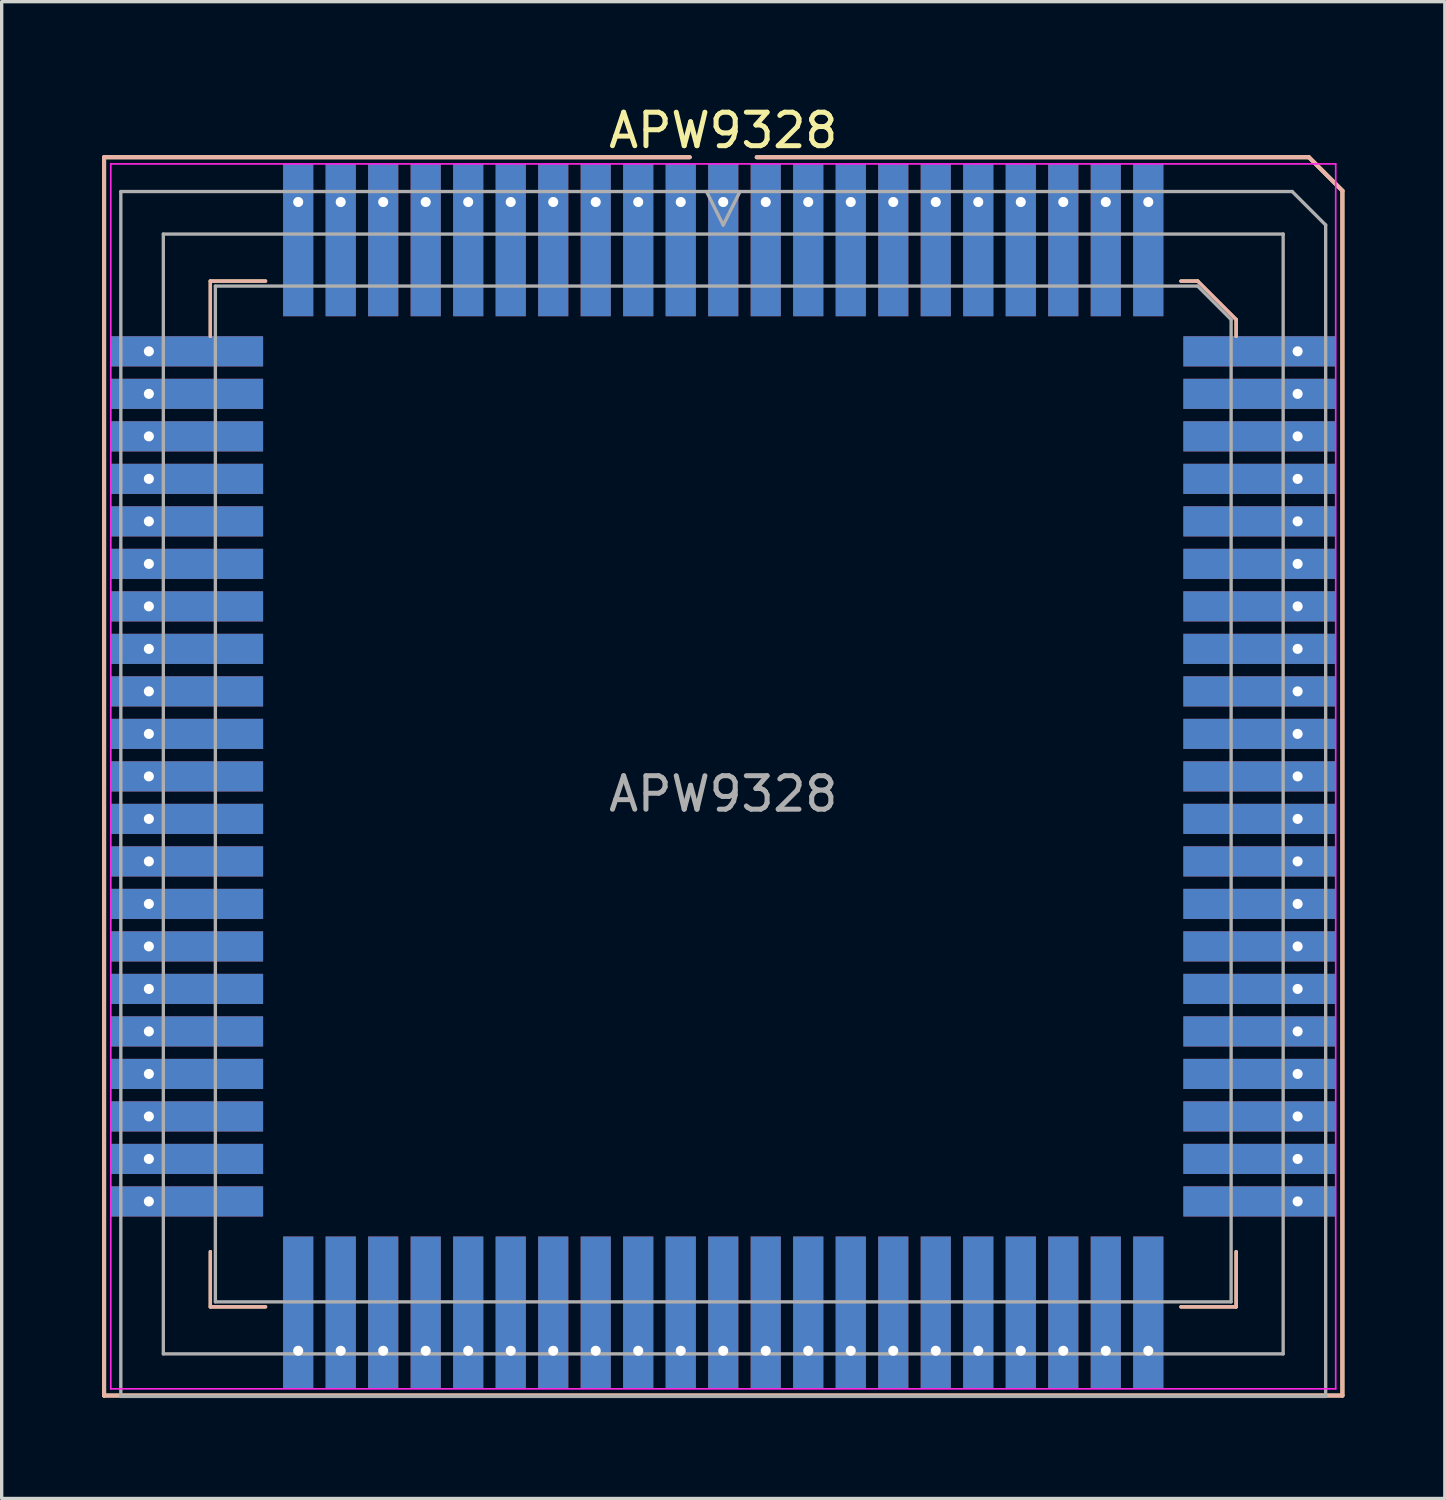
<source format=kicad_pcb>
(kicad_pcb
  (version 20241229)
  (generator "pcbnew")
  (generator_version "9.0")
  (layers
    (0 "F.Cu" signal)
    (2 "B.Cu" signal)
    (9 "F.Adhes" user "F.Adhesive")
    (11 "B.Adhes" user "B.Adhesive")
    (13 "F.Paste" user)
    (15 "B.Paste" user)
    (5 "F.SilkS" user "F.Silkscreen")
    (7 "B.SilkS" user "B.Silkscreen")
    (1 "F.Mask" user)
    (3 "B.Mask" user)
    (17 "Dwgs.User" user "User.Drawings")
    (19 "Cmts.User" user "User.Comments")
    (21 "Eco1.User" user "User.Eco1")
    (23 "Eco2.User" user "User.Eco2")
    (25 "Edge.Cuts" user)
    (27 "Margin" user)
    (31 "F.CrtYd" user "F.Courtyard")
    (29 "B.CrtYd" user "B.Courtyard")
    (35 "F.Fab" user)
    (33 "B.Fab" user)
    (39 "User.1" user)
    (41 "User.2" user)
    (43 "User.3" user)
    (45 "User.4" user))
  (footprint "APW9328"
    (layer "F.Cu")
    (at 18.56 20.148)
    (property "Reference" "APW9328" (at 0 -19.3 180) (layer "F.SilkS") (effects (font (size 1 1) (thickness 0.15))))
    (attr smd)
    (fp_line (start -18.5 -18.5) (end -1 -18.5) (stroke (width 0.12) (type solid)) (layer "F.SilkS"))
    (fp_line (start -18.5 18.5) (end -18.5 -18.5) (stroke (width 0.12) (type solid)) (layer "F.SilkS"))
    (fp_line (start -15.325 -14.8) (end -15.325 -13.15) (stroke (width 0.1) (type solid)) (layer "F.SilkS"))
    (fp_line (start -15.325 15.85) (end -15.325 14.2) (stroke (width 0.1) (type solid)) (layer "F.SilkS"))
    (fp_line (start -13.675 -14.8) (end -15.325 -14.8) (stroke (width 0.1) (type solid)) (layer "F.SilkS"))
    (fp_line (start -13.675 15.85) (end -15.325 15.85) (stroke (width 0.1) (type solid)) (layer "F.SilkS"))
    (fp_line (start 1 -18.5) (end 17.5 -18.5) (stroke (width 0.12) (type solid)) (layer "F.SilkS"))
    (fp_line (start 13.675 -14.8) (end 14.175 -14.8) (stroke (width 0.1) (type solid)) (layer "F.SilkS"))
    (fp_line (start 13.675 15.85) (end 15.325 15.85) (stroke (width 0.1) (type solid)) (layer "F.SilkS"))
    (fp_line (start 14.175 -14.8) (end 15.325 -13.65) (stroke (width 0.1) (type solid)) (layer "F.SilkS"))
    (fp_line (start 15.325 -13.65) (end 15.325 -13.15) (stroke (width 0.1) (type solid)) (layer "F.SilkS"))
    (fp_line (start 15.325 15.85) (end 15.325 14.2) (stroke (width 0.1) (type solid)) (layer "F.SilkS"))
    (fp_line (start 17.5 -18.5) (end 18.5 -17.5) (stroke (width 0.12) (type solid)) (layer "F.SilkS"))
    (fp_line (start 18.5 -17.5) (end 18.5 18.5) (stroke (width 0.12) (type solid)) (layer "F.SilkS"))
    (fp_line (start 18.5 18.5) (end -18.5 18.5) (stroke (width 0.12) (type solid)) (layer "F.SilkS"))
    (fp_line (start -18.5 -18.5) (end -1 -18.5) (stroke (width 0.12) (type solid)) (layer "B.SilkS"))
    (fp_line (start -18.5 18.5) (end -18.5 -18.5) (stroke (width 0.12) (type solid)) (layer "B.SilkS"))
    (fp_line (start -15.325 -14.8) (end -15.325 -13.15) (stroke (width 0.1) (type solid)) (layer "B.SilkS"))
    (fp_line (start -15.325 15.85) (end -15.325 14.2) (stroke (width 0.1) (type solid)) (layer "B.SilkS"))
    (fp_line (start -13.675 -14.8) (end -15.325 -14.8) (stroke (width 0.1) (type solid)) (layer "B.SilkS"))
    (fp_line (start -13.675 15.85) (end -15.325 15.85) (stroke (width 0.1) (type solid)) (layer "B.SilkS"))
    (fp_line (start 1 -18.5) (end 17.5 -18.5) (stroke (width 0.12) (type solid)) (layer "B.SilkS"))
    (fp_line (start 13.675 -14.8) (end 14.175 -14.8) (stroke (width 0.1) (type solid)) (layer "B.SilkS"))
    (fp_line (start 13.675 15.85) (end 15.325 15.85) (stroke (width 0.1) (type solid)) (layer "B.SilkS"))
    (fp_line (start 14.175 -14.8) (end 15.325 -13.65) (stroke (width 0.1) (type solid)) (layer "B.SilkS"))
    (fp_line (start 15.325 -13.65) (end 15.325 -13.15) (stroke (width 0.1) (type solid)) (layer "B.SilkS"))
    (fp_line (start 15.325 15.85) (end 15.325 14.2) (stroke (width 0.1) (type solid)) (layer "B.SilkS"))
    (fp_line (start 17.5 -18.5) (end 18.5 -17.5) (stroke (width 0.12) (type solid)) (layer "B.SilkS"))
    (fp_line (start 18.5 -17.5) (end 18.5 18.5) (stroke (width 0.12) (type solid)) (layer "B.SilkS"))
    (fp_line (start 18.5 18.5) (end -18.5 18.5) (stroke (width 0.12) (type solid)) (layer "B.SilkS"))
    (fp_line (start -18.3 -18.3) (end 18.3 -18.3) (stroke (width 0.05) (type solid)) (layer "F.CrtYd"))
    (fp_line (start -18.3 18.3) (end -18.3 -18.3) (stroke (width 0.05) (type solid)) (layer "F.CrtYd"))
    (fp_line (start 18.3 -18.3) (end 18.3 18.3) (stroke (width 0.05) (type solid)) (layer "F.CrtYd"))
    (fp_line (start 18.3 18.3) (end -18.3 18.3) (stroke (width 0.05) (type solid)) (layer "F.CrtYd"))
    (fp_line (start -18 -17.475) (end 17 -17.475) (stroke (width 0.1) (type solid)) (layer "F.Fab"))
    (fp_line (start -18 18.525) (end -18 -17.475) (stroke (width 0.1) (type solid)) (layer "F.Fab"))
    (fp_line (start -16.73 -16.205) (end 16.73 -16.205) (stroke (width 0.1) (type solid)) (layer "F.Fab"))
    (fp_line (start -16.73 17.255) (end -16.73 -16.205) (stroke (width 0.1) (type solid)) (layer "F.Fab"))
    (fp_line (start -15.175 -14.65) (end 14.175 -14.65) (stroke (width 0.1) (type solid)) (layer "F.Fab"))
    (fp_line (start -15.175 15.7) (end -15.175 -14.65) (stroke (width 0.1) (type solid)) (layer "F.Fab"))
    (fp_line (start 0 -16.475) (end -0.5 -17.475) (stroke (width 0.1) (type solid)) (layer "F.Fab"))
    (fp_line (start 0.5 -17.475) (end 0 -16.475) (stroke (width 0.1) (type solid)) (layer "F.Fab"))
    (fp_line (start 14.175 -14.65) (end 15.175 -13.65) (stroke (width 0.1) (type solid)) (layer "F.Fab"))
    (fp_line (start 15.175 -13.65) (end 15.175 15.7) (stroke (width 0.1) (type solid)) (layer "F.Fab"))
    (fp_line (start 15.175 15.7) (end -15.175 15.7) (stroke (width 0.1) (type solid)) (layer "F.Fab"))
    (fp_line (start 16.73 -16.205) (end 16.73 17.255) (stroke (width 0.1) (type solid)) (layer "F.Fab"))
    (fp_line (start 16.73 17.255) (end -16.73 17.255) (stroke (width 0.1) (type solid)) (layer "F.Fab"))
    (fp_line (start 17 -17.475) (end 18 -16.475) (stroke (width 0.1) (type solid)) (layer "F.Fab"))
    (fp_line (start 18 -16.475) (end 18 18.525) (stroke (width 0.1) (type solid)) (layer "F.Fab"))
    (fp_line (start 18 18.525) (end -18 18.525) (stroke (width 0.1) (type solid)) (layer "F.Fab"))
    (fp_text user "${REFERENCE}" (at 0 0.525 180) (layer "F.Fab") (effects (font (size 1 1) (thickness 0.15))))
    (pad "1" thru_hole rect (at 0 -17.162) (size 0.9 4.55) (drill 0.3 (offset 0 1.138)) (layers "*.Cu" "*.Mask"))
    (pad "2" thru_hole rect (at 1.27 -17.162) (size 0.9 4.55) (drill 0.3 (offset 0 1.138)) (layers "*.Cu" "*.Mask"))
    (pad "3" thru_hole rect (at 2.54 -17.162) (size 0.9 4.55) (drill 0.3 (offset 0 1.138)) (layers "*.Cu" "*.Mask"))
    (pad "4" thru_hole rect (at 3.81 -17.162) (size 0.9 4.55) (drill 0.3 (offset 0 1.138)) (layers "*.Cu" "*.Mask"))
    (pad "5" thru_hole rect (at 5.08 -17.162) (size 0.9 4.55) (drill 0.3 (offset 0 1.138)) (layers "*.Cu" "*.Mask"))
    (pad "6" thru_hole rect (at 6.35 -17.162) (size 0.9 4.55) (drill 0.3 (offset 0 1.138)) (layers "*.Cu" "*.Mask"))
    (pad "7" thru_hole rect (at 7.62 -17.162) (size 0.9 4.55) (drill 0.3 (offset 0 1.138)) (layers "*.Cu" "*.Mask"))
    (pad "8" thru_hole rect (at 8.89 -17.162) (size 0.9 4.55) (drill 0.3 (offset 0 1.138)) (layers "*.Cu" "*.Mask"))
    (pad "9" thru_hole rect (at 10.16 -17.162) (size 0.9 4.55) (drill 0.3 (offset 0 1.138)) (layers "*.Cu" "*.Mask"))
    (pad "10" thru_hole rect (at 11.43 -17.162) (size 0.9 4.55) (drill 0.3 (offset 0 1.138)) (layers "*.Cu" "*.Mask"))
    (pad "11" thru_hole rect (at 12.7 -17.162) (size 0.9 4.55) (drill 0.3 (offset 0 1.138)) (layers "*.Cu" "*.Mask"))
    (pad "12" thru_hole rect (at 17.162 -12.7) (size 4.55 0.9) (drill 0.3 (offset -1.138 0)) (layers "*.Cu" "*.Mask"))
    (pad "13" thru_hole rect (at 17.162 -11.43) (size 4.55 0.9) (drill 0.3 (offset -1.138 0)) (layers "*.Cu" "*.Mask"))
    (pad "14" thru_hole rect (at 17.162 -10.16) (size 4.55 0.9) (drill 0.3 (offset -1.138 0)) (layers "*.Cu" "*.Mask"))
    (pad "15" thru_hole rect (at 17.162 -8.89) (size 4.55 0.9) (drill 0.3 (offset -1.138 0)) (layers "*.Cu" "*.Mask"))
    (pad "16" thru_hole rect (at 17.162 -7.62) (size 4.55 0.9) (drill 0.3 (offset -1.138 0)) (layers "*.Cu" "*.Mask"))
    (pad "17" thru_hole rect (at 17.162 -6.35) (size 4.55 0.9) (drill 0.3 (offset -1.138 0)) (layers "*.Cu" "*.Mask"))
    (pad "18" thru_hole rect (at 17.162 -5.08) (size 4.55 0.9) (drill 0.3 (offset -1.138 0)) (layers "*.Cu" "*.Mask"))
    (pad "19" thru_hole rect (at 17.162 -3.81) (size 4.55 0.9) (drill 0.3 (offset -1.138 0)) (layers "*.Cu" "*.Mask"))
    (pad "20" thru_hole rect (at 17.162 -2.54) (size 4.55 0.9) (drill 0.3 (offset -1.138 0)) (layers "*.Cu" "*.Mask"))
    (pad "21" thru_hole rect (at 17.162 -1.27) (size 4.55 0.9) (drill 0.3 (offset -1.138 0)) (layers "*.Cu" "*.Mask"))
    (pad "22" thru_hole rect (at 17.162 0) (size 4.55 0.9) (drill 0.3 (offset -1.138 0)) (layers "*.Cu" "*.Mask"))
    (pad "23" thru_hole rect (at 17.162 1.27) (size 4.55 0.9) (drill 0.3 (offset -1.138 0)) (layers "*.Cu" "*.Mask"))
    (pad "24" thru_hole rect (at 17.162 2.54) (size 4.55 0.9) (drill 0.3 (offset -1.138 0)) (layers "*.Cu" "*.Mask"))
    (pad "25" thru_hole rect (at 17.162 3.81) (size 4.55 0.9) (drill 0.3 (offset -1.138 0)) (layers "*.Cu" "*.Mask"))
    (pad "26" thru_hole rect (at 17.162 5.08) (size 4.55 0.9) (drill 0.3 (offset -1.138 0)) (layers "*.Cu" "*.Mask"))
    (pad "27" thru_hole rect (at 17.162 6.35) (size 4.55 0.9) (drill 0.3 (offset -1.138 0)) (layers "*.Cu" "*.Mask"))
    (pad "28" thru_hole rect (at 17.162 7.62) (size 4.55 0.9) (drill 0.3 (offset -1.138 0)) (layers "*.Cu" "*.Mask"))
    (pad "29" thru_hole rect (at 17.162 8.89) (size 4.55 0.9) (drill 0.3 (offset -1.138 0)) (layers "*.Cu" "*.Mask"))
    (pad "30" thru_hole rect (at 17.162 10.16) (size 4.55 0.9) (drill 0.3 (offset -1.138 0)) (layers "*.Cu" "*.Mask"))
    (pad "31" thru_hole rect (at 17.162 11.43) (size 4.55 0.9) (drill 0.3 (offset -1.138 0)) (layers "*.Cu" "*.Mask"))
    (pad "32" thru_hole rect (at 17.162 12.7) (size 4.55 0.9) (drill 0.3 (offset -1.138 0)) (layers "*.Cu" "*.Mask"))
    (pad "33" thru_hole rect (at 12.7 17.162) (size 0.9 4.55) (drill 0.3 (offset 0 -1.138)) (layers "*.Cu" "*.Mask"))
    (pad "34" thru_hole rect (at 11.43 17.162) (size 0.9 4.55) (drill 0.3 (offset 0 -1.138)) (layers "*.Cu" "*.Mask"))
    (pad "35" thru_hole rect (at 10.16 17.162) (size 0.9 4.55) (drill 0.3 (offset 0 -1.138)) (layers "*.Cu" "*.Mask"))
    (pad "36" thru_hole rect (at 8.89 17.162) (size 0.9 4.55) (drill 0.3 (offset 0 -1.138)) (layers "*.Cu" "*.Mask"))
    (pad "37" thru_hole rect (at 7.62 17.162) (size 0.9 4.55) (drill 0.3 (offset 0 -1.138)) (layers "*.Cu" "*.Mask"))
    (pad "38" thru_hole rect (at 6.35 17.162) (size 0.9 4.55) (drill 0.3 (offset 0 -1.138)) (layers "*.Cu" "*.Mask"))
    (pad "39" thru_hole rect (at 5.08 17.162) (size 0.9 4.55) (drill 0.3 (offset 0 -1.138)) (layers "*.Cu" "*.Mask"))
    (pad "40" thru_hole rect (at 3.81 17.162) (size 0.9 4.55) (drill 0.3 (offset 0 -1.138)) (layers "*.Cu" "*.Mask"))
    (pad "41" thru_hole rect (at 2.54 17.162) (size 0.9 4.55) (drill 0.3 (offset 0 -1.138)) (layers "*.Cu" "*.Mask"))
    (pad "42" thru_hole rect (at 1.27 17.162) (size 0.9 4.55) (drill 0.3 (offset 0 -1.138)) (layers "*.Cu" "*.Mask"))
    (pad "43" thru_hole rect (at 0 17.162) (size 0.9 4.55) (drill 0.3 (offset 0 -1.138)) (layers "*.Cu" "*.Mask"))
    (pad "44" thru_hole rect (at -1.27 17.162) (size 0.9 4.55) (drill 0.3 (offset 0 -1.138)) (layers "*.Cu" "*.Mask"))
    (pad "45" thru_hole rect (at -2.54 17.162) (size 0.9 4.55) (drill 0.3 (offset 0 -1.138)) (layers "*.Cu" "*.Mask"))
    (pad "46" thru_hole rect (at -3.81 17.162) (size 0.9 4.55) (drill 0.3 (offset 0 -1.138)) (layers "*.Cu" "*.Mask"))
    (pad "47" thru_hole rect (at -5.08 17.162) (size 0.9 4.55) (drill 0.3 (offset 0 -1.138)) (layers "*.Cu" "*.Mask"))
    (pad "48" thru_hole rect (at -6.35 17.162) (size 0.9 4.55) (drill 0.3 (offset 0 -1.138)) (layers "*.Cu" "*.Mask"))
    (pad "49" thru_hole rect (at -7.62 17.162) (size 0.9 4.55) (drill 0.3 (offset 0 -1.138)) (layers "*.Cu" "*.Mask"))
    (pad "50" thru_hole rect (at -8.89 17.162) (size 0.9 4.55) (drill 0.3 (offset 0 -1.138)) (layers "*.Cu" "*.Mask"))
    (pad "51" thru_hole rect (at -10.16 17.162) (size 0.9 4.55) (drill 0.3 (offset 0 -1.138)) (layers "*.Cu" "*.Mask"))
    (pad "52" thru_hole rect (at -11.43 17.162) (size 0.9 4.55) (drill 0.3 (offset 0 -1.138)) (layers "*.Cu" "*.Mask"))
    (pad "53" thru_hole rect (at -12.7 17.162) (size 0.9 4.55) (drill 0.3 (offset 0 -1.138)) (layers "*.Cu" "*.Mask"))
    (pad "54" thru_hole rect (at -17.162 12.7) (size 4.55 0.9) (drill 0.3 (offset 1.138 0)) (layers "*.Cu" "*.Mask"))
    (pad "55" thru_hole rect (at -17.162 11.43) (size 4.55 0.9) (drill 0.3 (offset 1.138 0)) (layers "*.Cu" "*.Mask"))
    (pad "56" thru_hole rect (at -17.162 10.16) (size 4.55 0.9) (drill 0.3 (offset 1.138 0)) (layers "*.Cu" "*.Mask"))
    (pad "57" thru_hole rect (at -17.162 8.89) (size 4.55 0.9) (drill 0.3 (offset 1.138 0)) (layers "*.Cu" "*.Mask"))
    (pad "58" thru_hole rect (at -17.162 7.62) (size 4.55 0.9) (drill 0.3 (offset 1.138 0)) (layers "*.Cu" "*.Mask"))
    (pad "59" thru_hole rect (at -17.162 6.35) (size 4.55 0.9) (drill 0.3 (offset 1.138 0)) (layers "*.Cu" "*.Mask"))
    (pad "60" thru_hole rect (at -17.162 5.08) (size 4.55 0.9) (drill 0.3 (offset 1.138 0)) (layers "*.Cu" "*.Mask"))
    (pad "61" thru_hole rect (at -17.162 3.81) (size 4.55 0.9) (drill 0.3 (offset 1.138 0)) (layers "*.Cu" "*.Mask"))
    (pad "62" thru_hole rect (at -17.162 2.54) (size 4.55 0.9) (drill 0.3 (offset 1.138 0)) (layers "*.Cu" "*.Mask"))
    (pad "63" thru_hole rect (at -17.162 1.27) (size 4.55 0.9) (drill 0.3 (offset 1.138 0)) (layers "*.Cu" "*.Mask"))
    (pad "64" thru_hole rect (at -17.162 0) (size 4.55 0.9) (drill 0.3 (offset 1.138 0)) (layers "*.Cu" "*.Mask"))
    (pad "65" thru_hole rect (at -17.162 -1.27) (size 4.55 0.9) (drill 0.3 (offset 1.138 0)) (layers "*.Cu" "*.Mask"))
    (pad "66" thru_hole rect (at -17.162 -2.54) (size 4.55 0.9) (drill 0.3 (offset 1.138 0)) (layers "*.Cu" "*.Mask"))
    (pad "67" thru_hole rect (at -17.162 -3.81) (size 4.55 0.9) (drill 0.3 (offset 1.138 0)) (layers "*.Cu" "*.Mask"))
    (pad "68" thru_hole rect (at -17.162 -5.08) (size 4.55 0.9) (drill 0.3 (offset 1.138 0)) (layers "*.Cu" "*.Mask"))
    (pad "69" thru_hole rect (at -17.162 -6.35) (size 4.55 0.9) (drill 0.3 (offset 1.138 0)) (layers "*.Cu" "*.Mask"))
    (pad "70" thru_hole rect (at -17.162 -7.62) (size 4.55 0.9) (drill 0.3 (offset 1.138 0)) (layers "*.Cu" "*.Mask"))
    (pad "71" thru_hole rect (at -17.162 -8.89) (size 4.55 0.9) (drill 0.3 (offset 1.138 0)) (layers "*.Cu" "*.Mask"))
    (pad "72" thru_hole rect (at -17.162 -10.16) (size 4.55 0.9) (drill 0.3 (offset 1.138 0)) (layers "*.Cu" "*.Mask"))
    (pad "73" thru_hole rect (at -17.162 -11.43) (size 4.55 0.9) (drill 0.3 (offset 1.138 0)) (layers "*.Cu" "*.Mask"))
    (pad "74" thru_hole rect (at -17.162 -12.7) (size 4.55 0.9) (drill 0.3 (offset 1.138 0)) (layers "*.Cu" "*.Mask"))
    (pad "75" thru_hole rect (at -12.7 -17.162) (size 0.9 4.55) (drill 0.3 (offset 0 1.138)) (layers "*.Cu" "*.Mask"))
    (pad "76" thru_hole rect (at -11.43 -17.162) (size 0.9 4.55) (drill 0.3 (offset 0 1.138)) (layers "*.Cu" "*.Mask"))
    (pad "77" thru_hole rect (at -10.16 -17.162) (size 0.9 4.55) (drill 0.3 (offset 0 1.138)) (layers "*.Cu" "*.Mask"))
    (pad "78" thru_hole rect (at -8.89 -17.162) (size 0.9 4.55) (drill 0.3 (offset 0 1.138)) (layers "*.Cu" "*.Mask"))
    (pad "79" thru_hole rect (at -7.62 -17.162) (size 0.9 4.55) (drill 0.3 (offset 0 1.138)) (layers "*.Cu" "*.Mask"))
    (pad "80" thru_hole rect (at -6.35 -17.162) (size 0.9 4.55) (drill 0.3 (offset 0 1.138)) (layers "*.Cu" "*.Mask"))
    (pad "81" thru_hole rect (at -5.08 -17.162) (size 0.9 4.55) (drill 0.3 (offset 0 1.138)) (layers "*.Cu" "*.Mask"))
    (pad "82" thru_hole rect (at -3.81 -17.162) (size 0.9 4.55) (drill 0.3 (offset 0 1.138)) (layers "*.Cu" "*.Mask"))
    (pad "83" thru_hole rect (at -2.54 -17.162) (size 0.9 4.55) (drill 0.3 (offset 0 1.138)) (layers "*.Cu" "*.Mask"))
    (pad "84" thru_hole rect (at -1.27 -17.162) (size 0.9 4.55) (drill 0.3 (offset 0 1.138)) (layers "*.Cu" "*.Mask")))
  (gr_rect
    (start -3 -3)
    (end 40.12 41.723)
    (stroke (width 0.1) (type default))
    (fill no)
    (layer "Edge.Cuts")))
</source>
